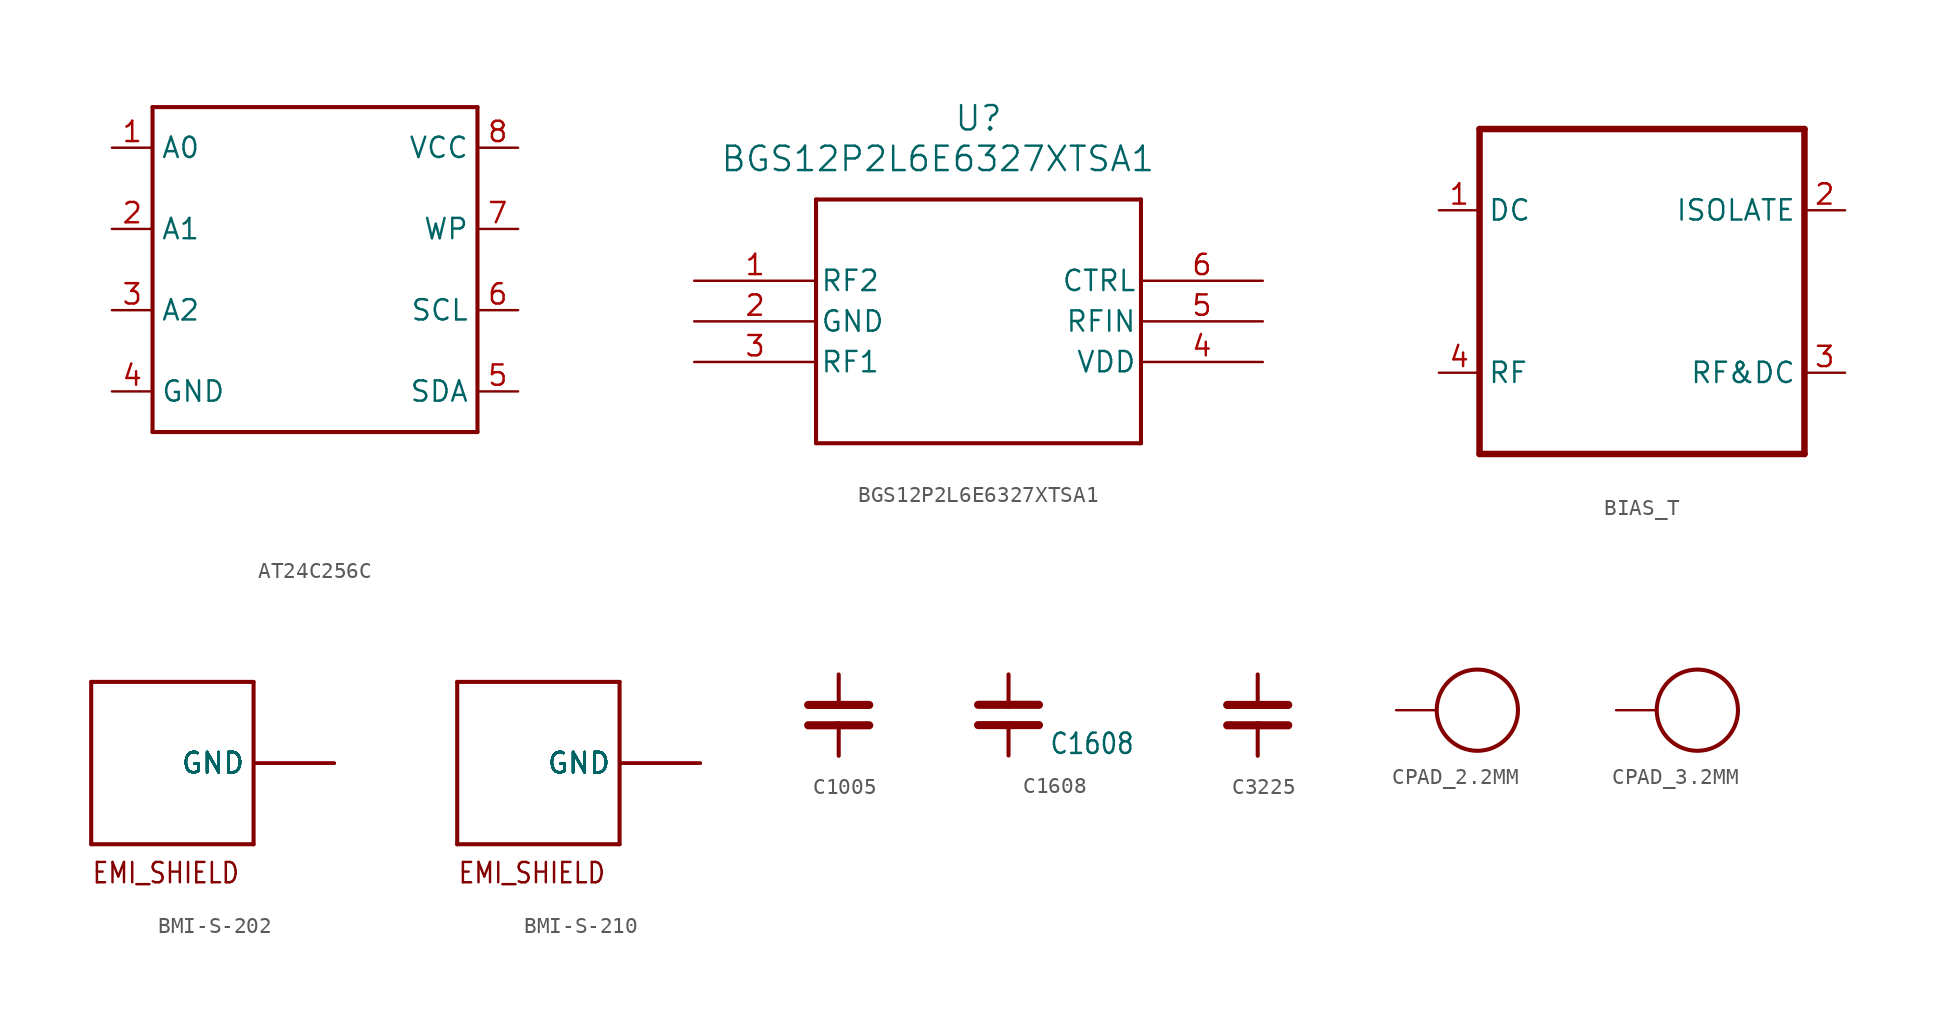
<source format=kicad_sym>
(kicad_symbol_lib
  (version 20231120)
  (generator "kicad_symbol_editor")
  (generator_version "8.0")
  (symbol "AT24C256C"
    (property "Reference" ""
      (at -7.62 13.97 0)
      (effects (font (size 1.778 1.511)) (justify left bottom) (hide yes)))
    (property "Value" ""
      (at -7.62 -15.24 0)
      (effects (font (size 1.778 1.511)) (justify left bottom)))
    (property "ki_locked" ""
      (at 0 0 0)
      (effects (font (size 1.27 1.27))))
    (symbol "AT24C256C_1_0"
      (polyline (pts (xy -10.16 -10.16) (xy 10.16 -10.16)) (stroke (width 0.254) (type solid)) (fill (type none)))
      (polyline (pts (xy -10.16 10.16) (xy -10.16 -10.16)) (stroke (width 0.254) (type solid)) (fill (type none)))
      (polyline (pts (xy 10.16 -10.16) (xy 10.16 10.16)) (stroke (width 0.254) (type solid)) (fill (type none)))
      (polyline (pts (xy 10.16 10.16) (xy -10.16 10.16)) (stroke (width 0.254) (type solid)) (fill (type none)))
      (pin input line (at -12.7 7.62 0) (length 2.54) (name "A0" (effects (font (size 1.27 1.27)))) (number "1" (effects (font (size 1.27 1.27)))))
      (pin input line (at -12.7 2.54 0) (length 2.54) (name "A1" (effects (font (size 1.27 1.27)))) (number "2" (effects (font (size 1.27 1.27)))))
      (pin input line (at -12.7 -2.54 0) (length 2.54) (name "A2" (effects (font (size 1.27 1.27)))) (number "3" (effects (font (size 1.27 1.27)))))
      (pin power_in line (at -12.7 -7.62 0) (length 2.54) (name "GND" (effects (font (size 1.27 1.27)))) (number "4" (effects (font (size 1.27 1.27)))))
      (pin bidirectional line (at 12.7 -7.62 180) (length 2.54) (name "SDA" (effects (font (size 1.27 1.27)))) (number "5" (effects (font (size 1.27 1.27)))))
      (pin input line (at 12.7 -2.54 180) (length 2.54) (name "SCL" (effects (font (size 1.27 1.27)))) (number "6" (effects (font (size 1.27 1.27)))))
      (pin input line (at 12.7 2.54 180) (length 2.54) (name "WP" (effects (font (size 1.27 1.27)))) (number "7" (effects (font (size 1.27 1.27)))))
      (pin power_in line (at 12.7 7.62 180) (length 2.54) (name "VCC" (effects (font (size 1.27 1.27)))) (number "8" (effects (font (size 1.27 1.27)))))))
  (symbol "BGS12P2L6E6327XTSA1"
    (pin_names
      (offset 0.254))
    (property "Reference" "U"
      (at 20.32 10.16 0)
      (effects (font (size 1.524 1.524))))
    (property "Value" "BGS12P2L6E6327XTSA1"
      (at 17.78 7.62 0)
      (effects (font (size 1.524 1.524))))
    (property "ki_locked" ""
      (at 0 0 0)
      (effects (font (size 1.27 1.27))))
    (symbol "BGS12P2L6E6327XTSA1_0_1"
      (pin unspecified line (at 2.54 0 0) (length 7.62) (name "RF2" (effects (font (size 1.27 1.27)))) (number "1" (effects (font (size 1.27 1.27)))))
      (pin power_in line (at 2.54 -2.54 0) (length 7.62) (name "GND" (effects (font (size 1.27 1.27)))) (number "2" (effects (font (size 1.27 1.27)))))
      (pin unspecified line (at 2.54 -5.08 0) (length 7.62) (name "RF1" (effects (font (size 1.27 1.27)))) (number "3" (effects (font (size 1.27 1.27)))))
      (pin power_in line (at 38.1 -5.08 180) (length 7.62) (name "VDD" (effects (font (size 1.27 1.27)))) (number "4" (effects (font (size 1.27 1.27)))))
      (pin input line (at 38.1 -2.54 180) (length 7.62) (name "RFIN" (effects (font (size 1.27 1.27)))) (number "5" (effects (font (size 1.27 1.27)))))
      (pin unspecified line (at 38.1 0 180) (length 7.62) (name "CTRL" (effects (font (size 1.27 1.27)))) (number "6" (effects (font (size 1.27 1.27))))))
    (symbol "BGS12P2L6E6327XTSA1_1_1"
      (polyline (pts (xy 10.16 -10.16) (xy 30.48 -10.16)) (stroke (width 0.254) (type default)) (fill (type none)))
      (polyline (pts (xy 10.16 5.08) (xy 10.16 -10.16)) (stroke (width 0.254) (type default)) (fill (type none)))
      (polyline (pts (xy 30.48 -10.16) (xy 30.48 5.08)) (stroke (width 0.254) (type default)) (fill (type none)))
      (polyline (pts (xy 30.48 5.08) (xy 10.16 5.08)) (stroke (width 0.254) (type default)) (fill (type none)))))
  (symbol "BIAS_T"
    (property "Reference" ""
      (at -8.89 11.43 0)
      (effects (font (size 1.778 1.511)) (justify left bottom) (hide yes)))
    (property "Value" ""
      (at 1.524 11.43 0)
      (effects (font (size 1.778 1.511)) (justify left bottom)))
    (property "ki_locked" ""
      (at 0 0 0)
      (effects (font (size 1.27 1.27))))
    (symbol "BIAS_T_1_0"
      (polyline (pts (xy -10.16 -10.16) (xy 10.16 -10.16)) (stroke (width 0.406) (type solid)) (fill (type none)))
      (polyline (pts (xy -10.16 10.16) (xy -10.16 -10.16)) (stroke (width 0.406) (type solid)) (fill (type none)))
      (polyline (pts (xy 10.16 -10.16) (xy 10.16 10.16)) (stroke (width 0.406) (type solid)) (fill (type none)))
      (polyline (pts (xy 10.16 10.16) (xy -10.16 10.16)) (stroke (width 0.406) (type solid)) (fill (type none)))
      (pin bidirectional line (at -12.7 5.08 0) (length 2.54) (name "DC" (effects (font (size 1.27 1.27)))) (number "1" (effects (font (size 1.27 1.27)))))
      (pin bidirectional line (at 12.7 5.08 180) (length 2.54) (name "ISOLATE" (effects (font (size 1.27 1.27)))) (number "2" (effects (font (size 1.27 1.27)))))
      (pin bidirectional line (at 12.7 -5.08 180) (length 2.54) (name "RF&DC" (effects (font (size 1.27 1.27)))) (number "3" (effects (font (size 1.27 1.27)))))
      (pin bidirectional line (at -12.7 -5.08 0) (length 2.54) (name "RF" (effects (font (size 1.27 1.27)))) (number "4" (effects (font (size 1.27 1.27)))))))
  (symbol "BMI-S-202"
    (property "Reference" ""
      (at 0 0 0)
      (effects (font (size 1.27 1.27)) (hide yes)))
    (property "ki_locked" ""
      (at 0 0 0)
      (effects (font (size 1.27 1.27))))
    (symbol "BMI-S-202_1_0"
      (polyline (pts (xy -5.08 -5.08) (xy 5.08 -5.08)) (stroke (width 0.254) (type solid)) (fill (type none)))
      (polyline (pts (xy -5.08 5.08) (xy -5.08 -5.08)) (stroke (width 0.254) (type solid)) (fill (type none)))
      (polyline (pts (xy 5.08 -5.08) (xy 5.08 5.08)) (stroke (width 0.254) (type solid)) (fill (type none)))
      (polyline (pts (xy 5.08 5.08) (xy -5.08 5.08)) (stroke (width 0.254) (type solid)) (fill (type none)))
      (text "EMI_SHIELD" (at -5.08 -7.62 0) (effects (font (size 1.27 1.079)) (justify left bottom)))
      (pin bidirectional line (at 10.16 0 180) (length 5.08) (name "GND" (effects (font (size 1.27 1.27)))) (number "P1" (effects (font (size 0 0)))))
      (pin bidirectional line (at 10.16 0 180) (length 5.08) (name "GND" (effects (font (size 1.27 1.27)))) (number "P10" (effects (font (size 0 0)))))
      (pin bidirectional line (at 10.16 0 180) (length 5.08) (name "GND" (effects (font (size 1.27 1.27)))) (number "P11" (effects (font (size 0 0)))))
      (pin bidirectional line (at 10.16 0 180) (length 5.08) (name "GND" (effects (font (size 1.27 1.27)))) (number "P12" (effects (font (size 0 0)))))
      (pin bidirectional line (at 10.16 0 180) (length 5.08) (name "GND" (effects (font (size 1.27 1.27)))) (number "P2" (effects (font (size 0 0)))))
      (pin bidirectional line (at 10.16 0 180) (length 5.08) (name "GND" (effects (font (size 1.27 1.27)))) (number "P3" (effects (font (size 0 0)))))
      (pin bidirectional line (at 10.16 0 180) (length 5.08) (name "GND" (effects (font (size 1.27 1.27)))) (number "P4" (effects (font (size 0 0)))))
      (pin bidirectional line (at 10.16 0 180) (length 5.08) (name "GND" (effects (font (size 1.27 1.27)))) (number "P5" (effects (font (size 0 0)))))
      (pin bidirectional line (at 10.16 0 180) (length 5.08) (name "GND" (effects (font (size 1.27 1.27)))) (number "P6" (effects (font (size 0 0)))))
      (pin bidirectional line (at 10.16 0 180) (length 5.08) (name "GND" (effects (font (size 1.27 1.27)))) (number "P7" (effects (font (size 0 0)))))
      (pin bidirectional line (at 10.16 0 180) (length 5.08) (name "GND" (effects (font (size 1.27 1.27)))) (number "P8" (effects (font (size 0 0)))))
      (pin bidirectional line (at 10.16 0 180) (length 5.08) (name "GND" (effects (font (size 1.27 1.27)))) (number "P9" (effects (font (size 0 0)))))))
  (symbol "BMI-S-210"
    (property "Reference" ""
      (at 0 0 0)
      (effects (font (size 1.27 1.27)) (hide yes)))
    (property "ki_locked" ""
      (at 0 0 0)
      (effects (font (size 1.27 1.27))))
    (symbol "BMI-S-210_1_0"
      (polyline (pts (xy -5.08 -5.08) (xy 5.08 -5.08)) (stroke (width 0.254) (type solid)) (fill (type none)))
      (polyline (pts (xy -5.08 5.08) (xy -5.08 -5.08)) (stroke (width 0.254) (type solid)) (fill (type none)))
      (polyline (pts (xy 5.08 -5.08) (xy 5.08 5.08)) (stroke (width 0.254) (type solid)) (fill (type none)))
      (polyline (pts (xy 5.08 5.08) (xy -5.08 5.08)) (stroke (width 0.254) (type solid)) (fill (type none)))
      (text "EMI_SHIELD" (at -5.08 -7.62 0) (effects (font (size 1.27 1.079)) (justify left bottom)))
      (pin bidirectional line (at 10.16 0 180) (length 5.08) (name "GND" (effects (font (size 1.27 1.27)))) (number "P" (effects (font (size 0 0)))))
      (pin bidirectional line (at 10.16 0 180) (length 5.08) (name "GND" (effects (font (size 1.27 1.27)))) (number "P10" (effects (font (size 0 0)))))
      (pin bidirectional line (at 10.16 0 180) (length 5.08) (name "GND" (effects (font (size 1.27 1.27)))) (number "P11" (effects (font (size 0 0)))))
      (pin bidirectional line (at 10.16 0 180) (length 5.08) (name "GND" (effects (font (size 1.27 1.27)))) (number "P12" (effects (font (size 0 0)))))
      (pin bidirectional line (at 10.16 0 180) (length 5.08) (name "GND" (effects (font (size 1.27 1.27)))) (number "P2" (effects (font (size 0 0)))))
      (pin bidirectional line (at 10.16 0 180) (length 5.08) (name "GND" (effects (font (size 1.27 1.27)))) (number "P3" (effects (font (size 0 0)))))
      (pin bidirectional line (at 10.16 0 180) (length 5.08) (name "GND" (effects (font (size 1.27 1.27)))) (number "P4" (effects (font (size 0 0)))))
      (pin bidirectional line (at 10.16 0 180) (length 5.08) (name "GND" (effects (font (size 1.27 1.27)))) (number "P5" (effects (font (size 0 0)))))
      (pin bidirectional line (at 10.16 0 180) (length 5.08) (name "GND" (effects (font (size 1.27 1.27)))) (number "P6" (effects (font (size 0 0)))))
      (pin bidirectional line (at 10.16 0 180) (length 5.08) (name "GND" (effects (font (size 1.27 1.27)))) (number "P7" (effects (font (size 0 0)))))
      (pin bidirectional line (at 10.16 0 180) (length 5.08) (name "GND" (effects (font (size 1.27 1.27)))) (number "P8" (effects (font (size 0 0)))))
      (pin bidirectional line (at 10.16 0 180) (length 5.08) (name "GND" (effects (font (size 1.27 1.27)))) (number "P9" (effects (font (size 0 0)))))))
  (symbol "C1005"
    (property "Reference" ""
      (at 2.54 2.54 0)
      (effects (font (size 1.27 1.079)) (justify left bottom) (hide yes)))
    (property "Value" ""
      (at 2.54 -2.54 0)
      (effects (font (size 1.27 1.079)) (justify left bottom)))
    (property "ki_locked" ""
      (at 0 0 0)
      (effects (font (size 1.27 1.27))))
    (symbol "C1005_1_0"
      (polyline (pts (xy -1.905 -0.635) (xy 0 -0.635)) (stroke (width 0.508) (type solid)) (fill (type none)))
      (polyline (pts (xy -1.905 0.635) (xy 0 0.635)) (stroke (width 0.508) (type solid)) (fill (type none)))
      (polyline (pts (xy 0 -0.635) (xy 0 -2.54)) (stroke (width 0.254) (type solid)) (fill (type none)))
      (polyline (pts (xy 0 -0.635) (xy 1.905 -0.635)) (stroke (width 0.508) (type solid)) (fill (type none)))
      (polyline (pts (xy 0 0.635) (xy 1.905 0.635)) (stroke (width 0.508) (type solid)) (fill (type none)))
      (polyline (pts (xy 0 2.54) (xy 0 0.635)) (stroke (width 0.254) (type solid)) (fill (type none)))
      (pin passive line (at 0 2.54 270) (length 0) (name "1" (effects (font (size 0 0)))) (number "1" (effects (font (size 0 0)))))
      (pin passive line (at 0 -2.54 90) (length 0) (name "2" (effects (font (size 0 0)))) (number "2" (effects (font (size 0 0)))))))
  (symbol "C1608"
    (property "Reference" ""
      (at 2.54 2.54 0)
      (effects (font (size 1.27 1.079)) (justify left bottom) (hide yes)))
    (property "Value" "C1608"
      (at 2.54 -2.54 0)
      (effects (font (size 1.27 1.079)) (justify left bottom)))
    (property "ki_locked" ""
      (at 0 0 0)
      (effects (font (size 1.27 1.27))))
    (symbol "C1608_1_0"
      (polyline (pts (xy -1.905 -0.635) (xy 0 -0.635)) (stroke (width 0.508) (type solid)) (fill (type none)))
      (polyline (pts (xy -1.905 0.635) (xy 0 0.635)) (stroke (width 0.508) (type solid)) (fill (type none)))
      (polyline (pts (xy 0 -0.635) (xy 0 -2.54)) (stroke (width 0.254) (type solid)) (fill (type none)))
      (polyline (pts (xy 0 -0.635) (xy 1.905 -0.635)) (stroke (width 0.508) (type solid)) (fill (type none)))
      (polyline (pts (xy 0 0.635) (xy 1.905 0.635)) (stroke (width 0.508) (type solid)) (fill (type none)))
      (polyline (pts (xy 0 2.54) (xy 0 0.635)) (stroke (width 0.254) (type solid)) (fill (type none)))
      (pin passive line (at 0 2.54 270) (length 0) (name "1" (effects (font (size 0 0)))) (number "1" (effects (font (size 0 0)))))
      (pin passive line (at 0 -2.54 90) (length 0) (name "2" (effects (font (size 0 0)))) (number "2" (effects (font (size 0 0)))))))
  (symbol "C3225"
    (property "Reference" ""
      (at 2.54 2.54 0)
      (effects (font (size 1.27 1.079)) (justify left bottom) (hide yes)))
    (property "Value" ""
      (at 2.54 -2.54 0)
      (effects (font (size 1.27 1.079)) (justify left bottom)))
    (property "ki_locked" ""
      (at 0 0 0)
      (effects (font (size 1.27 1.27))))
    (symbol "C3225_1_0"
      (polyline (pts (xy -1.905 -0.635) (xy 0 -0.635)) (stroke (width 0.508) (type solid)) (fill (type none)))
      (polyline (pts (xy -1.905 0.635) (xy 0 0.635)) (stroke (width 0.508) (type solid)) (fill (type none)))
      (polyline (pts (xy 0 -0.635) (xy 0 -2.54)) (stroke (width 0.254) (type solid)) (fill (type none)))
      (polyline (pts (xy 0 -0.635) (xy 1.905 -0.635)) (stroke (width 0.508) (type solid)) (fill (type none)))
      (polyline (pts (xy 0 0.635) (xy 1.905 0.635)) (stroke (width 0.508) (type solid)) (fill (type none)))
      (polyline (pts (xy 0 2.54) (xy 0 0.635)) (stroke (width 0.254) (type solid)) (fill (type none)))
      (pin passive line (at 0 2.54 270) (length 0) (name "1" (effects (font (size 0 0)))) (number "P$1" (effects (font (size 0 0)))))
      (pin passive line (at 0 -2.54 90) (length 0) (name "2" (effects (font (size 0 0)))) (number "P$2" (effects (font (size 0 0)))))))
  (symbol "CPAD_2.2MM"
    (power)
    (property "Reference" ""
      (at 0 0 0)
      (effects (font (size 1.27 1.27)) (hide yes)))
    (property "ki_locked" ""
      (at 0 0 0)
      (effects (font (size 1.27 1.27))))
    (symbol "CPAD_2.2MM_1_0"
      (circle (center 0 0) (radius 2.54) (stroke (width 0.254) (type solid)) (fill (type none)))
      (pin power_in line (at -5.08 0 0) (length 2.54) (name "P$1" (effects (font (size 0 0)))) (number "EP" (effects (font (size 0 0)))))))
  (symbol "CPAD_3.2MM"
    (property "Reference" "PAD"
      (at 0 0 0)
      (effects (font (size 1.27 1.27)) (hide yes)))
    (symbol "CPAD_3.2MM_1_0"
      (circle (center 0 0) (radius 2.54) (stroke (width 0.254) (type solid)) (fill (type none)))
      (pin power_in line (at -5.08 0 0) (length 2.54) (name "P$1" (effects (font (size 0 0)))) (number "EP" (effects (font (size 0 0))))))))
</source>
